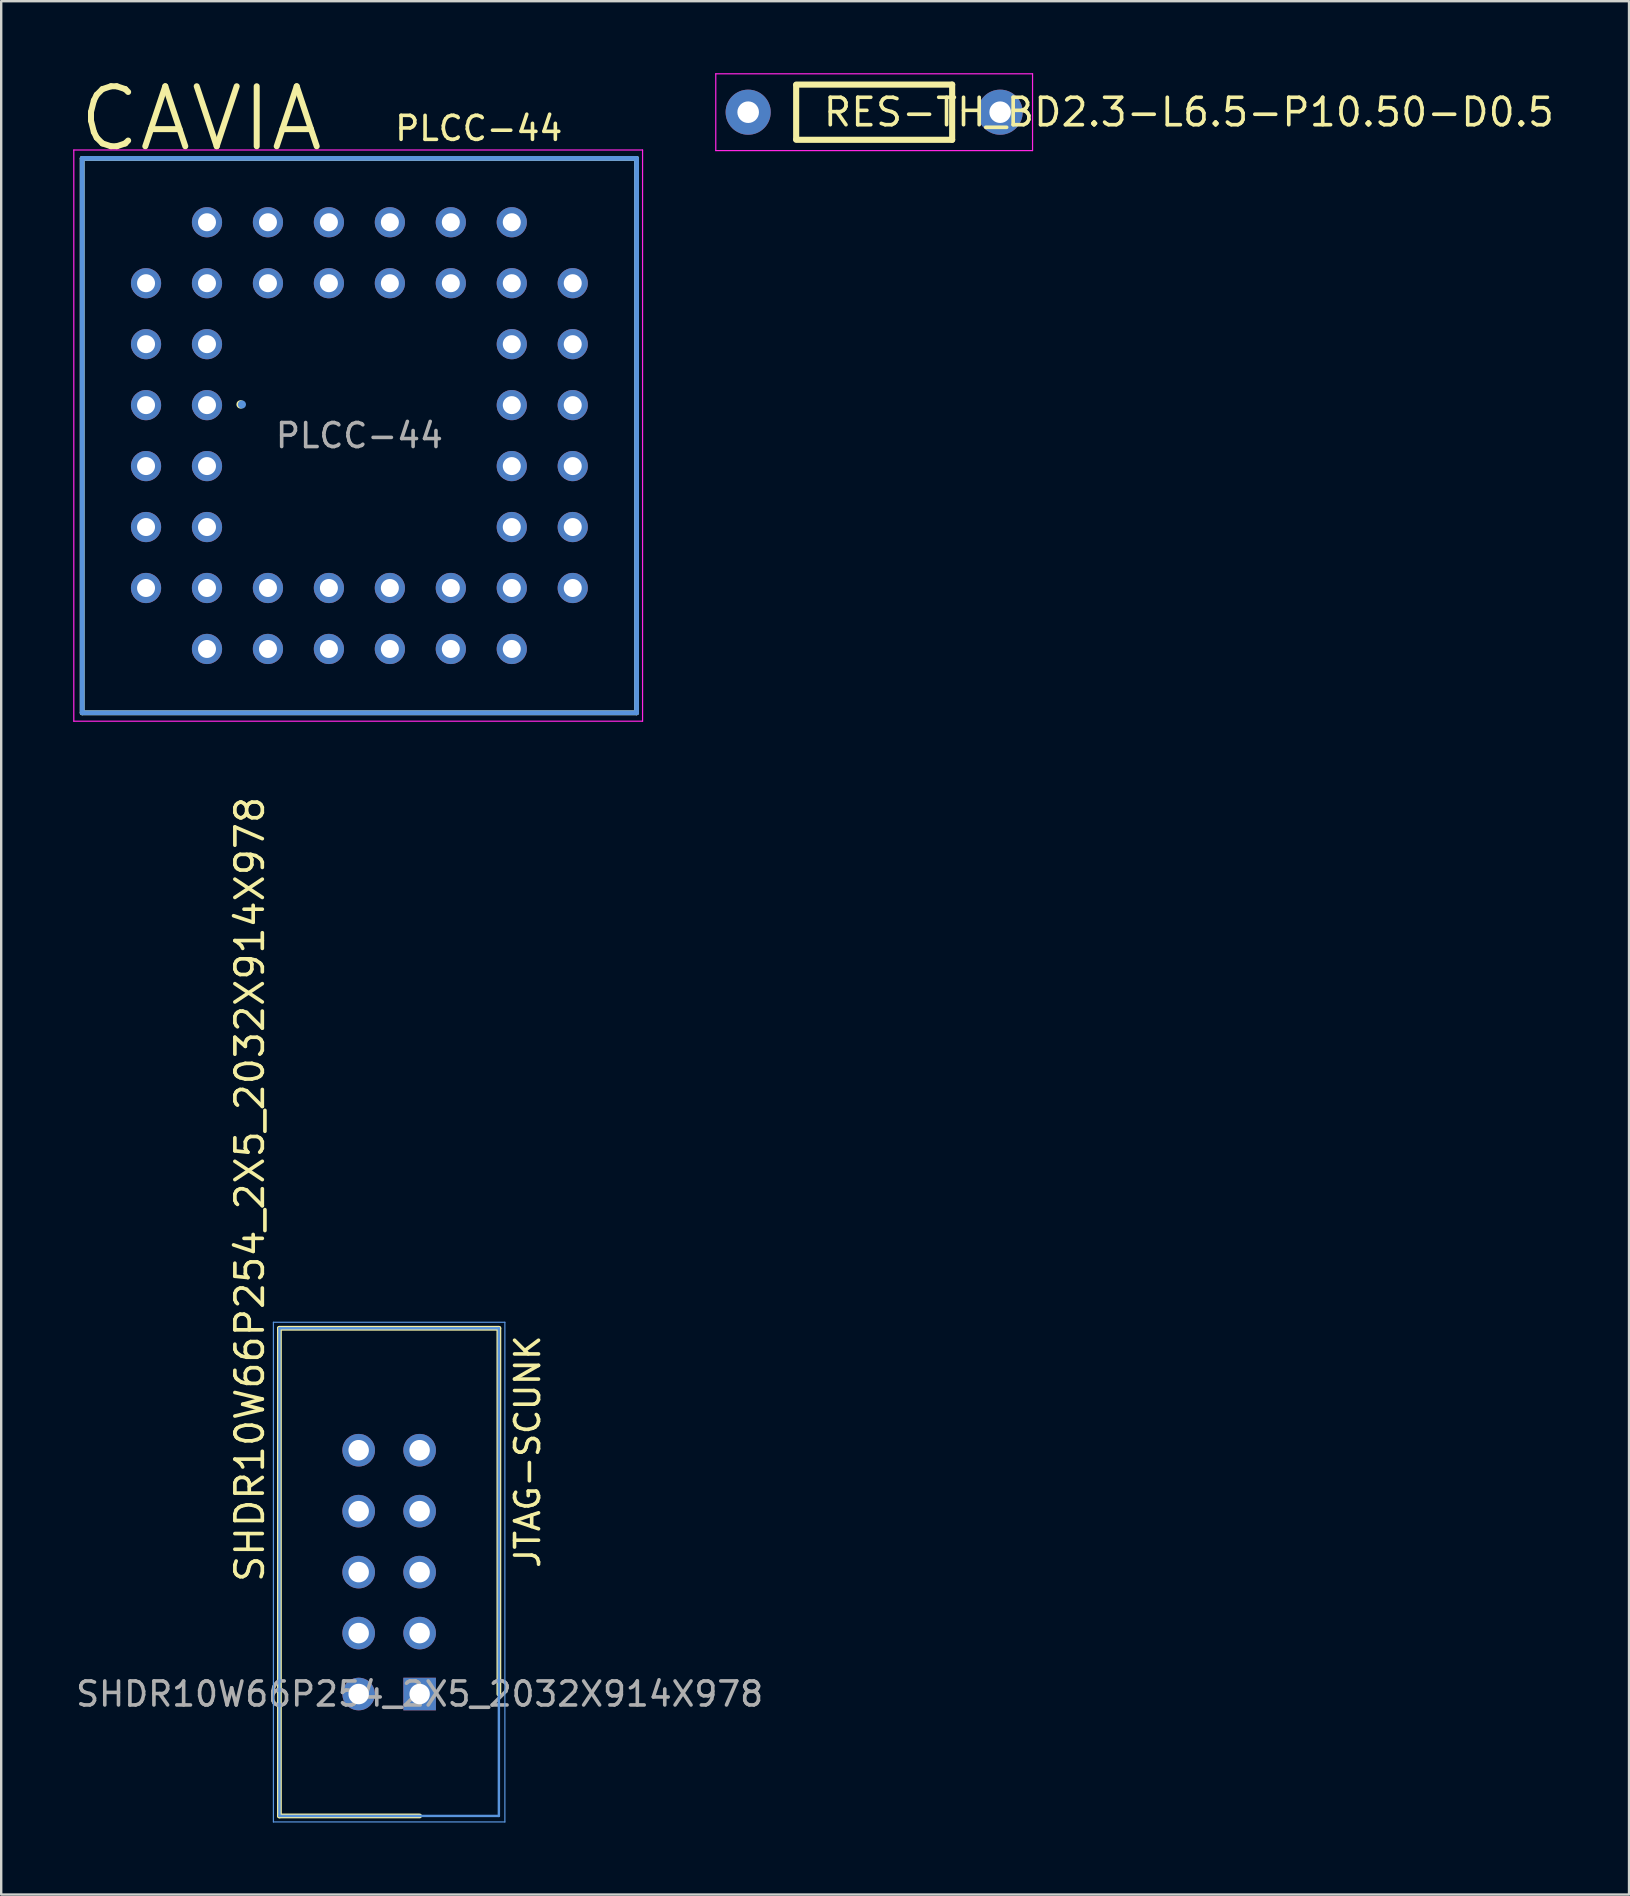
<source format=kicad_pcb>
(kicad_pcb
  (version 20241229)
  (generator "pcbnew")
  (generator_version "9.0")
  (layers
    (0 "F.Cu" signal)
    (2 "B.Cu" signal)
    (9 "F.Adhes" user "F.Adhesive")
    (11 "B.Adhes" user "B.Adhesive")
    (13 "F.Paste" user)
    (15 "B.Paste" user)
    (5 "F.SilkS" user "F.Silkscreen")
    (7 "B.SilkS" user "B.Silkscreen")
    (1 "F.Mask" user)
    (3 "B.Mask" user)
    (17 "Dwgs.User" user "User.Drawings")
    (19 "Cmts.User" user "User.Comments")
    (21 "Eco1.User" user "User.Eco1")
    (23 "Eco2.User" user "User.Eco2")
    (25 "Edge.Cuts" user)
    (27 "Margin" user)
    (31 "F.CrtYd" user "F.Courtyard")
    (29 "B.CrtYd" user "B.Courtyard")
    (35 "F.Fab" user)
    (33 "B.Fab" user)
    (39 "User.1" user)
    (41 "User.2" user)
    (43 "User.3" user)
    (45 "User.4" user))
  (footprint "SHDR10W66P254_2X5_2032X914X978"
    (layer "F.Cu")
    (at 14.435 67.538)
    (property "Reference" "SHDR10W66P254_2X5_2032X914X978" (at -7.076 -4.572 90) (layer "F.SilkS") (effects (font (size 1.143 1.143) (thickness 0.152)) (justify left)))
    (attr through_hole)
    (fp_line (start -5.842 -15.24) (end -5.842 5.08) (stroke (width 0.2) (type solid)) (layer "F.SilkS"))
    (fp_line (start -5.842 5.08) (end 0 5.08) (stroke (width 0.2) (type solid)) (layer "F.SilkS"))
    (fp_line (start 3.302 -15.24) (end -5.842 -15.24) (stroke (width 0.2) (type solid)) (layer "F.SilkS"))
    (fp_line (start 3.302 0) (end 3.302 -15.24) (stroke (width 0.2) (type solid)) (layer "F.SilkS"))
    (fp_line (start -6.092 -15.49) (end 3.552 -15.49) (stroke (width 0.05) (type solid)) (layer "Cmts.User"))
    (fp_line (start -6.092 5.33) (end -6.092 -15.49) (stroke (width 0.05) (type solid)) (layer "Cmts.User"))
    (fp_line (start -5.842 -15.24) (end 3.302 -15.24) (stroke (width 0.1) (type solid)) (layer "Cmts.User"))
    (fp_line (start -5.842 5.08) (end -5.842 -15.24) (stroke (width 0.1) (type solid)) (layer "Cmts.User"))
    (fp_line (start 3.302 -15.24) (end 3.302 5.08) (stroke (width 0.1) (type solid)) (layer "Cmts.User"))
    (fp_line (start 3.302 5.08) (end -5.842 5.08) (stroke (width 0.1) (type solid)) (layer "Cmts.User"))
    (fp_line (start 3.552 -15.49) (end 3.552 5.33) (stroke (width 0.05) (type solid)) (layer "Cmts.User"))
    (fp_line (start 3.552 5.33) (end -6.092 5.33) (stroke (width 0.05) (type solid)) (layer "Cmts.User"))
    (fp_text user "JTAG-SCUNK" (at 4.5 -10.1 90) (layer "F.SilkS") (effects (font (size 1 1) (thickness 0.15))))
    (fp_text user "${REFERENCE}" (at 0 0 0) (layer "F.Fab") (effects (font (size 1 1) (thickness 0.15))))
    (pad "1" thru_hole rect (at 0 0 90) (size 1.358 1.358) (drill oval 0.855 0.85) (layers "*.Cu" "*.Mask"))
    (pad "2" thru_hole circle (at -2.54 0 90) (size 1.358 1.358) (drill oval 0.855 0.85) (layers "*.Cu" "*.Mask"))
    (pad "3" thru_hole circle (at 0 -2.54 90) (size 1.358 1.358) (drill oval 0.855 0.85) (layers "*.Cu" "*.Mask"))
    (pad "4" thru_hole circle (at -2.54 -2.54 90) (size 1.358 1.358) (drill oval 0.855 0.85) (layers "*.Cu" "*.Mask"))
    (pad "5" thru_hole circle (at 0 -5.08 90) (size 1.358 1.358) (drill oval 0.855 0.85) (layers "*.Cu" "*.Mask"))
    (pad "6" thru_hole circle (at -2.54 -5.08 90) (size 1.358 1.358) (drill oval 0.855 0.85) (layers "*.Cu" "*.Mask"))
    (pad "7" thru_hole circle (at 0 -7.62 90) (size 1.358 1.358) (drill oval 0.855 0.85) (layers "*.Cu" "*.Mask"))
    (pad "8" thru_hole circle (at -2.54 -7.62 90) (size 1.358 1.358) (drill oval 0.855 0.85) (layers "*.Cu" "*.Mask"))
    (pad "9" thru_hole circle (at 0 -10.16 90) (size 1.358 1.358) (drill oval 0.855 0.85) (layers "*.Cu" "*.Mask"))
    (pad "10" thru_hole circle (at -2.54 -10.16 90) (size 1.358 1.358) (drill oval 0.855 0.85) (layers "*.Cu" "*.Mask")))
  (footprint "RES-TH_BD2.3-L6.5-P10.50-D0.5"
    (layer "F.Cu")
    (at 33.375 1.625)
    (property "Reference" "RES-TH_BD2.3-L6.5-P10.50-D0.5" (at -2.2 0 0) (layer "F.SilkS") (effects (font (size 1.143 1.143) (thickness 0.152)) (justify left)))
    (attr through_hole)
    (fp_line (start -3.25 -1.15) (end 3.25 -1.15) (stroke (width 0.254) (type solid)) (layer "F.SilkS"))
    (fp_line (start -3.25 1.12) (end -3.25 -1.12) (stroke (width 0.254) (type solid)) (layer "F.SilkS"))
    (fp_line (start 3.25 -1.15) (end 3.25 1.15) (stroke (width 0.254) (type solid)) (layer "F.SilkS"))
    (fp_line (start 3.25 1.15) (end -3.25 1.15) (stroke (width 0.254) (type solid)) (layer "F.SilkS"))
    (fp_line (start -6.6 -1.6) (end 6.6 -1.6) (stroke (width 0.05) (type solid)) (layer "F.CrtYd"))
    (fp_line (start -6.6 1.6) (end -6.6 -1.6) (stroke (width 0.05) (type solid)) (layer "F.CrtYd"))
    (fp_line (start 6.6 -1.6) (end 6.6 1.6) (stroke (width 0.05) (type solid)) (layer "F.CrtYd"))
    (fp_line (start 6.6 1.6) (end -6.6 1.6) (stroke (width 0.05) (type solid)) (layer "F.CrtYd"))
    (pad "1" thru_hole circle (at 5.25 0 180) (size 1.88 1.88) (drill 0.899) (layers "*.Cu" "*.Mask"))
    (pad "2" thru_hole circle (at -5.25 0 180) (size 1.88 1.88) (drill 0.899) (layers "*.Cu" "*.Mask")))
  (footprint "PLCC-44"
    (layer "F.Cu")
    (at 11.925 15.101)
    (property "Reference" "PLCC-44" (at 1.4 -12.8 0) (layer "F.SilkS") (effects (font (size 1 1) (thickness 0.15)) (justify left)))
    (attr through_hole)
    (fp_line (start -11.55 -11.55) (end -11.55 11.55) (stroke (width 0.2) (type solid)) (layer "F.SilkS"))
    (fp_line (start -11.55 11.55) (end 11.55 11.55) (stroke (width 0.2) (type solid)) (layer "F.SilkS"))
    (fp_line (start 11.55 -11.55) (end -11.55 -11.55) (stroke (width 0.2) (type solid)) (layer "F.SilkS"))
    (fp_line (start 11.55 11.55) (end 11.55 -11.55) (stroke (width 0.2) (type solid)) (layer "F.SilkS"))
    (fp_circle (center -4.95 -1.3) (end -4.85 -1.3) (stroke (width 0.15) (type solid)) (fill no) (layer "F.SilkS"))
    (fp_line (start -11.55 -11.55) (end 11.55 -11.55) (stroke (width 0.2) (type solid)) (layer "Cmts.User"))
    (fp_line (start -11.55 11.55) (end -11.55 -11.55) (stroke (width 0.2) (type solid)) (layer "Cmts.User"))
    (fp_line (start 11.55 -11.55) (end 11.55 11.55) (stroke (width 0.2) (type solid)) (layer "Cmts.User"))
    (fp_line (start 11.55 11.55) (end -11.55 11.55) (stroke (width 0.2) (type solid)) (layer "Cmts.User"))
    (fp_arc (start -4.9 -1.227328) (mid -4.891224 -1.367225) (end -4.89365 -1.227074) (stroke (width 0.199898) (type solid)) (layer "Cmts.User"))
    (fp_line (start -11.9 -11.9) (end -11.9 11.9) (stroke (width 0.05) (type solid)) (layer "F.CrtYd"))
    (fp_line (start -11.9 11.9) (end 11.8 11.9) (stroke (width 0.05) (type solid)) (layer "F.CrtYd"))
    (fp_line (start 11.8 -11.9) (end -11.9 -11.9) (stroke (width 0.05) (type solid)) (layer "F.CrtYd"))
    (fp_line (start 11.8 11.9) (end 11.8 -11.9) (stroke (width 0.05) (type solid)) (layer "F.CrtYd"))
    (fp_text user "CAVIA" (at -6.6 -13.2 0) (layer "F.SilkS") (effects (font (size 2.5 2.5) (thickness 0.25))))
    (fp_text user "${REFERENCE}" (at 0 0 0) (layer "F.Fab") (effects (font (size 1 1) (thickness 0.15))))
    (pad "1" thru_hole circle (at -6.35 -1.27 270) (size 1.258 1.258) (drill oval 0.75 0.75) (layers "*.Cu" "*.Mask"))
    (pad "2" thru_hole circle (at -8.89 1.27 270) (size 1.258 1.258) (drill oval 0.75 0.75) (layers "*.Cu" "*.Mask"))
    (pad "3" thru_hole circle (at -6.35 1.27 270) (size 1.258 1.258) (drill oval 0.75 0.75) (layers "*.Cu" "*.Mask"))
    (pad "4" thru_hole circle (at -8.89 3.81 270) (size 1.258 1.258) (drill oval 0.75 0.75) (layers "*.Cu" "*.Mask"))
    (pad "5" thru_hole circle (at -6.35 3.81 270) (size 1.258 1.258) (drill oval 0.75 0.75) (layers "*.Cu" "*.Mask"))
    (pad "6" thru_hole circle (at -8.89 6.35 270) (size 1.258 1.258) (drill oval 0.75 0.75) (layers "*.Cu" "*.Mask"))
    (pad "7" thru_hole circle (at -6.35 8.89 270) (size 1.258 1.258) (drill oval 0.75 0.75) (layers "*.Cu" "*.Mask"))
    (pad "8" thru_hole circle (at -6.35 6.35 270) (size 1.258 1.258) (drill oval 0.75 0.75) (layers "*.Cu" "*.Mask"))
    (pad "9" thru_hole circle (at -3.81 8.89 270) (size 1.258 1.258) (drill oval 0.75 0.75) (layers "*.Cu" "*.Mask"))
    (pad "10" thru_hole circle (at -3.81 6.35 270) (size 1.258 1.258) (drill oval 0.75 0.75) (layers "*.Cu" "*.Mask"))
    (pad "11" thru_hole circle (at -1.27 8.89 270) (size 1.258 1.258) (drill oval 0.75 0.75) (layers "*.Cu" "*.Mask"))
    (pad "12" thru_hole circle (at -1.27 6.35 270) (size 1.258 1.258) (drill oval 0.75 0.75) (layers "*.Cu" "*.Mask"))
    (pad "13" thru_hole circle (at 1.27 8.89 270) (size 1.258 1.258) (drill oval 0.75 0.75) (layers "*.Cu" "*.Mask"))
    (pad "14" thru_hole circle (at 1.27 6.35 270) (size 1.258 1.258) (drill oval 0.75 0.75) (layers "*.Cu" "*.Mask"))
    (pad "15" thru_hole circle (at 3.81 8.89 270) (size 1.258 1.258) (drill oval 0.75 0.75) (layers "*.Cu" "*.Mask"))
    (pad "16" thru_hole circle (at 3.81 6.35 270) (size 1.258 1.258) (drill oval 0.75 0.75) (layers "*.Cu" "*.Mask"))
    (pad "17" thru_hole circle (at 6.35 8.89 270) (size 1.258 1.258) (drill oval 0.75 0.75) (layers "*.Cu" "*.Mask"))
    (pad "18" thru_hole circle (at 8.89 6.35 270) (size 1.258 1.258) (drill oval 0.75 0.75) (layers "*.Cu" "*.Mask"))
    (pad "19" thru_hole circle (at 6.35 6.35 270) (size 1.258 1.258) (drill oval 0.75 0.75) (layers "*.Cu" "*.Mask"))
    (pad "20" thru_hole circle (at 8.89 3.81 270) (size 1.258 1.258) (drill oval 0.75 0.75) (layers "*.Cu" "*.Mask"))
    (pad "21" thru_hole circle (at 6.35 3.81 270) (size 1.258 1.258) (drill oval 0.75 0.75) (layers "*.Cu" "*.Mask"))
    (pad "22" thru_hole circle (at 8.89 1.27 270) (size 1.258 1.258) (drill oval 0.75 0.75) (layers "*.Cu" "*.Mask"))
    (pad "23" thru_hole circle (at 6.35 1.27 270) (size 1.258 1.258) (drill oval 0.75 0.75) (layers "*.Cu" "*.Mask"))
    (pad "24" thru_hole circle (at 8.89 -1.27 270) (size 1.258 1.258) (drill oval 0.75 0.75) (layers "*.Cu" "*.Mask"))
    (pad "25" thru_hole circle (at 6.35 -1.27 270) (size 1.258 1.258) (drill oval 0.75 0.75) (layers "*.Cu" "*.Mask"))
    (pad "26" thru_hole circle (at 8.89 -3.81 270) (size 1.258 1.258) (drill oval 0.75 0.75) (layers "*.Cu" "*.Mask"))
    (pad "27" thru_hole circle (at 6.35 -3.81 270) (size 1.258 1.258) (drill oval 0.75 0.75) (layers "*.Cu" "*.Mask"))
    (pad "28" thru_hole circle (at 8.89 -6.35 270) (size 1.258 1.258) (drill oval 0.75 0.75) (layers "*.Cu" "*.Mask"))
    (pad "29" thru_hole circle (at 6.35 -8.89 270) (size 1.258 1.258) (drill oval 0.75 0.75) (layers "*.Cu" "*.Mask"))
    (pad "30" thru_hole circle (at 6.35 -6.35 270) (size 1.258 1.258) (drill oval 0.75 0.75) (layers "*.Cu" "*.Mask"))
    (pad "31" thru_hole circle (at 3.81 -8.89 270) (size 1.258 1.258) (drill oval 0.75 0.75) (layers "*.Cu" "*.Mask"))
    (pad "32" thru_hole circle (at 3.81 -6.35 270) (size 1.258 1.258) (drill oval 0.75 0.75) (layers "*.Cu" "*.Mask"))
    (pad "33" thru_hole circle (at 1.27 -8.89 270) (size 1.258 1.258) (drill oval 0.75 0.75) (layers "*.Cu" "*.Mask"))
    (pad "34" thru_hole circle (at 1.27 -6.35 270) (size 1.258 1.258) (drill oval 0.75 0.75) (layers "*.Cu" "*.Mask"))
    (pad "35" thru_hole circle (at -1.27 -8.89 270) (size 1.258 1.258) (drill oval 0.75 0.75) (layers "*.Cu" "*.Mask"))
    (pad "36" thru_hole circle (at -1.27 -6.35 270) (size 1.258 1.258) (drill oval 0.75 0.75) (layers "*.Cu" "*.Mask"))
    (pad "37" thru_hole circle (at -3.81 -8.89 270) (size 1.258 1.258) (drill oval 0.75 0.75) (layers "*.Cu" "*.Mask"))
    (pad "38" thru_hole circle (at -3.81 -6.35 270) (size 1.258 1.258) (drill oval 0.75 0.75) (layers "*.Cu" "*.Mask"))
    (pad "39" thru_hole circle (at -6.35 -8.89 270) (size 1.258 1.258) (drill oval 0.75 0.75) (layers "*.Cu" "*.Mask"))
    (pad "40" thru_hole circle (at -8.89 -6.35 270) (size 1.258 1.258) (drill oval 0.75 0.75) (layers "*.Cu" "*.Mask"))
    (pad "41" thru_hole circle (at -6.35 -6.35 270) (size 1.258 1.258) (drill oval 0.75 0.75) (layers "*.Cu" "*.Mask"))
    (pad "42" thru_hole circle (at -8.89 -3.81 270) (size 1.258 1.258) (drill oval 0.75 0.75) (layers "*.Cu" "*.Mask"))
    (pad "43" thru_hole circle (at -6.35 -3.81 270) (size 1.258 1.258) (drill oval 0.75 0.75) (layers "*.Cu" "*.Mask"))
    (pad "44" thru_hole circle (at -8.89 -1.27 270) (size 1.258 1.258) (drill oval 0.75 0.75) (layers "*.Cu" "*.Mask")))
  (gr_rect
    (start -3 -3)
    (end 64.829 75.893)
    (stroke (width 0.1) (type default))
    (fill no)
    (layer "Edge.Cuts")))
</source>
